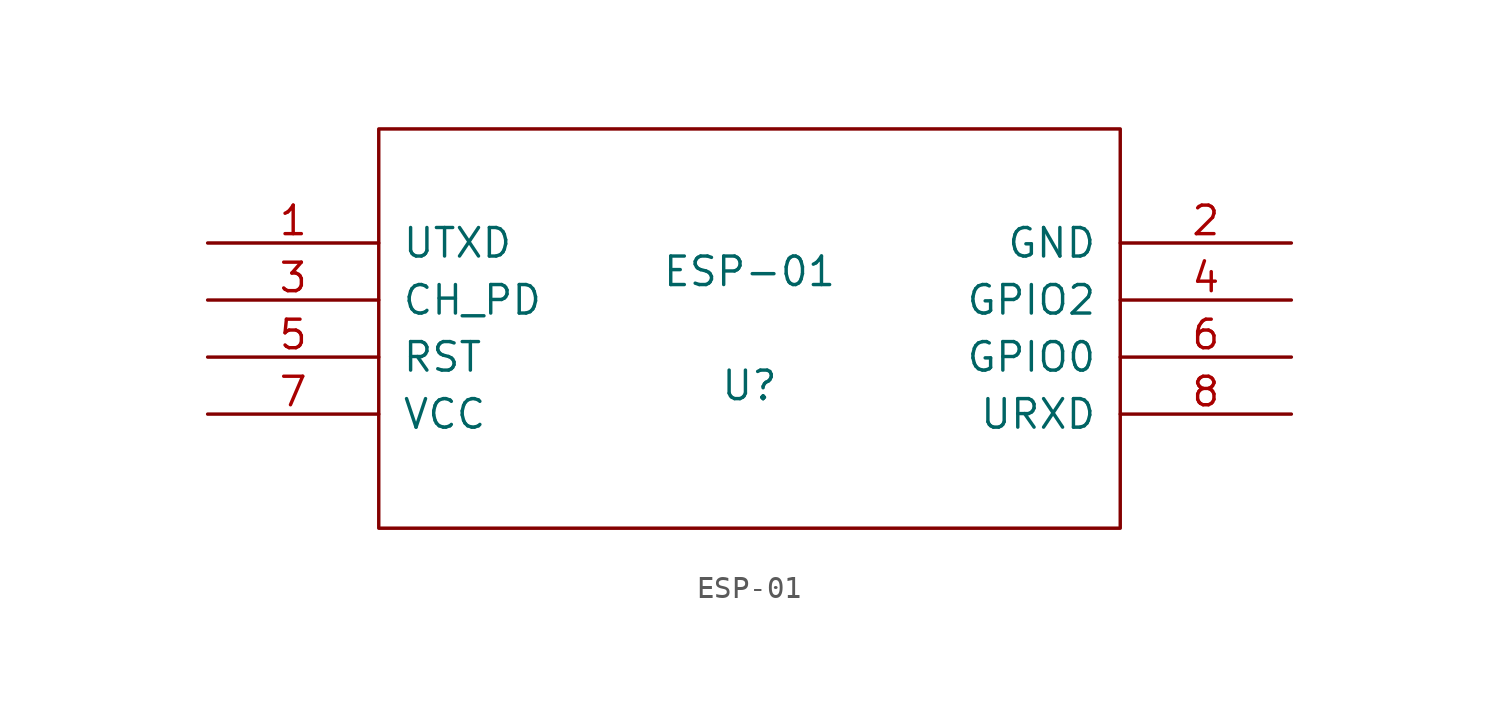
<source format=kicad_sym>
(kicad_symbol_lib
  (version 20231120)
  (generator "kicad_symbol_editor")
  (generator_version "8.0")
  (symbol "ESP-01"
    (pin_names
      (offset 1.016))
    (property "Reference" "U"
      (at 0 -2.54 0)
      (effects (font (size 1.27 1.27))))
    (property "Value" "ESP-01"
      (at 0 2.54 0)
      (effects (font (size 1.27 1.27))))
    (symbol "ESP-01_1_0"
      (rectangle (start -16.51 -8.89) (end 16.51 8.89) (stroke (width 0) (type solid)) (fill (type none))))
    (symbol "ESP-01_1_1"
      (pin output line (at -24.13 3.81 0) (length 7.62) (name "UTXD" (effects (font (size 1.27 1.27)))) (number "1" (effects (font (size 1.27 1.27)))))
      (pin power_in line (at 24.13 3.81 180) (length 7.62) (name "GND" (effects (font (size 1.27 1.27)))) (number "2" (effects (font (size 1.27 1.27)))))
      (pin input line (at -24.13 1.27 0) (length 7.62) (name "CH_PD" (effects (font (size 1.27 1.27)))) (number "3" (effects (font (size 1.27 1.27)))))
      (pin tri_state line (at 24.13 1.27 180) (length 7.62) (name "GPIO2" (effects (font (size 1.27 1.27)))) (number "4" (effects (font (size 1.27 1.27)))))
      (pin input line (at -24.13 -1.27 0) (length 7.62) (name "RST" (effects (font (size 1.27 1.27)))) (number "5" (effects (font (size 1.27 1.27)))))
      (pin tri_state line (at 24.13 -1.27 180) (length 7.62) (name "GPIO0" (effects (font (size 1.27 1.27)))) (number "6" (effects (font (size 1.27 1.27)))))
      (pin power_in line (at -24.13 -3.81 0) (length 7.62) (name "VCC" (effects (font (size 1.27 1.27)))) (number "7" (effects (font (size 1.27 1.27)))))
      (pin input line (at 24.13 -3.81 180) (length 7.62) (name "URXD" (effects (font (size 1.27 1.27)))) (number "8" (effects (font (size 1.27 1.27))))))))
</source>
